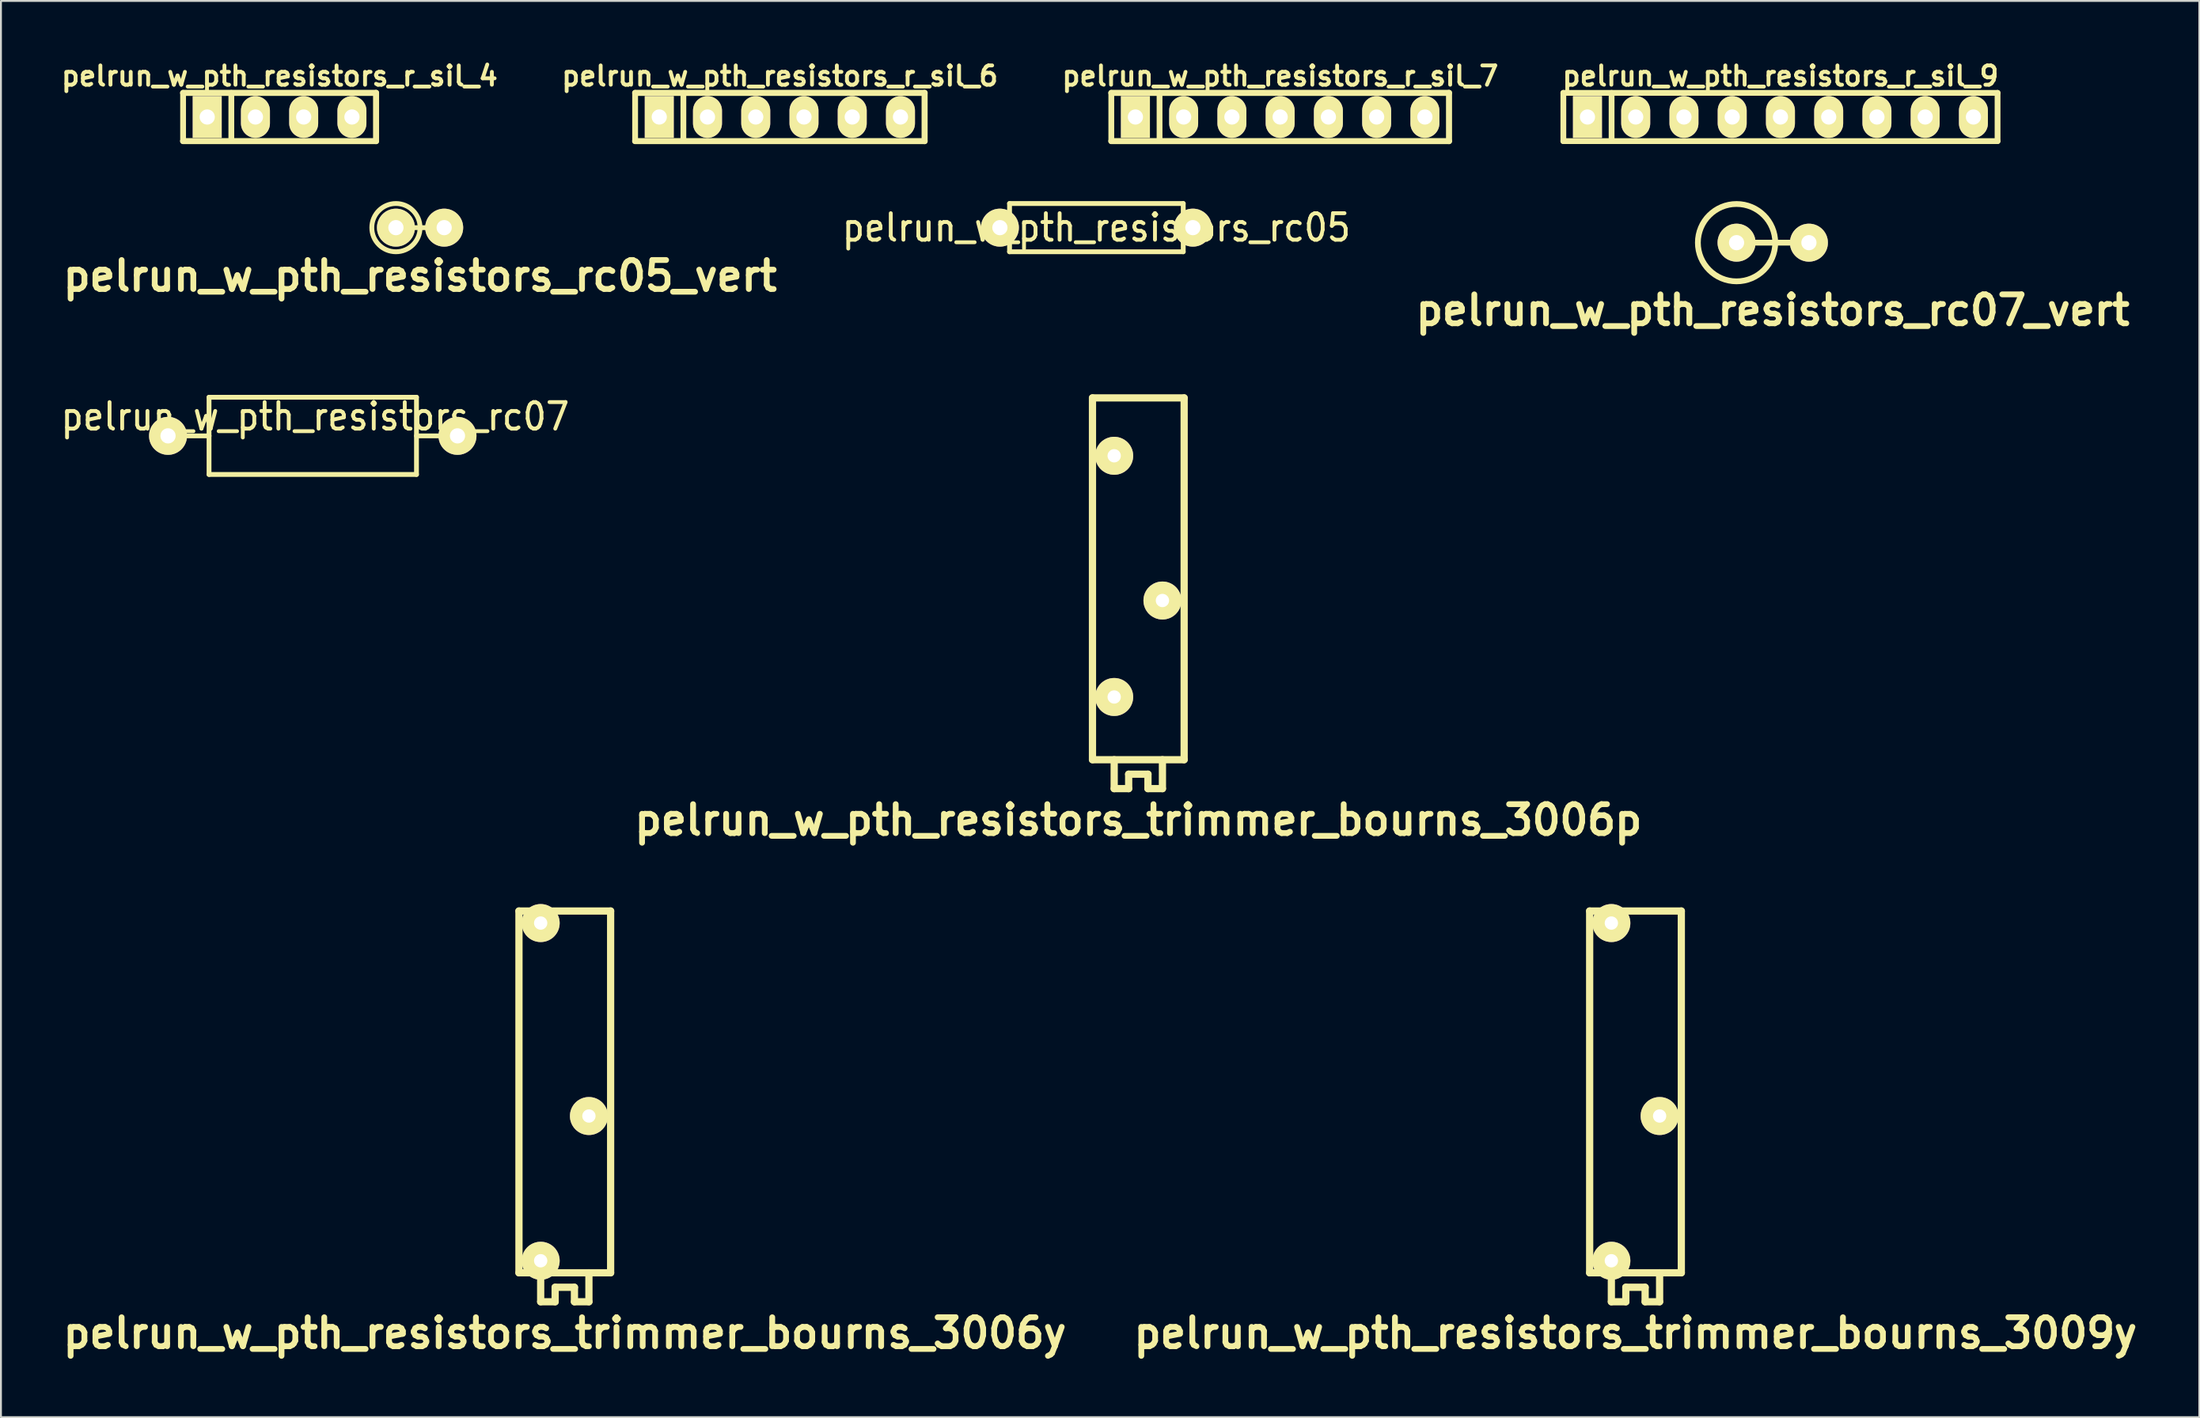
<source format=kicad_pcb>
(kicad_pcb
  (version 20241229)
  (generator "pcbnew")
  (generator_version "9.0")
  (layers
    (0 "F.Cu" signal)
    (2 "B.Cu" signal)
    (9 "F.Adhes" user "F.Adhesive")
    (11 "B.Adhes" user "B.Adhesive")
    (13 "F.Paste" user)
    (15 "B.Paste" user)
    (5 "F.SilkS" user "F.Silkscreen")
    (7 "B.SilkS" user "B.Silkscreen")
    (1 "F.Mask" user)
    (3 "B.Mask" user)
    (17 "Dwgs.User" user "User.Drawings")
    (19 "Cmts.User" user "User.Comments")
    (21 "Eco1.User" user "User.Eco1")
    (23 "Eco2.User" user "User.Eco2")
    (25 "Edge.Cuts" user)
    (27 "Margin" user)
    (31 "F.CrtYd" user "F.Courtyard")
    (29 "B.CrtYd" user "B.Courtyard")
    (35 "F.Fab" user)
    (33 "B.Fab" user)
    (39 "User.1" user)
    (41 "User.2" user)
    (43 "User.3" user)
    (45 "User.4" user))
  (footprint "pelrun_w_pth_resistors_r_sil_6"
    (layer "F.Cu")
    (at 38.008 3.11)
    (property "Reference" "pelrun_w_pth_resistors_r_sil_6" (at 0 -2.159 0) (layer "F.SilkS") (effects (font (size 1.016 1.016) (thickness 0.203))))
    (attr through_hole)
    (fp_line (start -7.62 -1.27) (end 7.62 -1.27) (stroke (width 0.318) (type solid)) (layer "F.SilkS"))
    (fp_line (start -7.62 1.27) (end -7.62 -1.27) (stroke (width 0.305) (type solid)) (layer "F.SilkS"))
    (fp_line (start -5.08 -1.27) (end -5.08 1.27) (stroke (width 0.305) (type solid)) (layer "F.SilkS"))
    (fp_line (start 7.62 -1.27) (end 7.62 1.27) (stroke (width 0.318) (type solid)) (layer "F.SilkS"))
    (fp_line (start 7.62 1.27) (end -7.62 1.27) (stroke (width 0.318) (type solid)) (layer "F.SilkS"))
    (pad "1" thru_hole rect (at -6.35 0) (size 1.524 2.197) (drill 0.8) (layers "*.Cu" "*.Mask" "F.SilkS"))
    (pad "2" thru_hole oval (at -3.81 0) (size 1.524 2.197) (drill 0.8) (layers "*.Cu" "*.Mask" "F.SilkS"))
    (pad "3" thru_hole oval (at -1.27 0) (size 1.524 2.197) (drill 0.8) (layers "*.Cu" "*.Mask" "F.SilkS"))
    (pad "4" thru_hole oval (at 1.27 0) (size 1.524 2.197) (drill 0.8) (layers "*.Cu" "*.Mask" "F.SilkS"))
    (pad "5" thru_hole oval (at 3.81 0) (size 1.524 2.197) (drill 0.8) (layers "*.Cu" "*.Mask" "F.SilkS"))
    (pad "6" thru_hole oval (at 6.35 0) (size 1.524 2.197) (drill 0.8) (layers "*.Cu" "*.Mask" "F.SilkS")))
  (footprint "pelrun_w_pth_resistors_r_sil_9"
    (layer "F.Cu")
    (at 90.686 3.11)
    (property "Reference" "pelrun_w_pth_resistors_r_sil_9" (at 0 -2.159 0) (layer "F.SilkS") (effects (font (size 1.016 1.016) (thickness 0.203))))
    (attr through_hole)
    (fp_line (start -11.43 -1.27) (end 11.43 -1.27) (stroke (width 0.305) (type solid)) (layer "F.SilkS"))
    (fp_line (start -11.43 1.27) (end -11.43 -1.27) (stroke (width 0.305) (type solid)) (layer "F.SilkS"))
    (fp_line (start -8.89 -1.27) (end -8.89 1.27) (stroke (width 0.305) (type solid)) (layer "F.SilkS"))
    (fp_line (start 11.43 -1.27) (end 11.43 1.27) (stroke (width 0.305) (type solid)) (layer "F.SilkS"))
    (fp_line (start 11.43 1.27) (end -11.43 1.27) (stroke (width 0.305) (type solid)) (layer "F.SilkS"))
    (pad "1" thru_hole rect (at -10.16 0) (size 1.524 2.2) (drill 0.8) (layers "*.Cu" "*.Mask" "F.SilkS"))
    (pad "2" thru_hole oval (at -7.62 0) (size 1.524 2.2) (drill 0.8) (layers "*.Cu" "*.Mask" "F.SilkS"))
    (pad "3" thru_hole oval (at -5.08 0) (size 1.524 2.2) (drill 0.8) (layers "*.Cu" "*.Mask" "F.SilkS"))
    (pad "4" thru_hole oval (at -2.54 0) (size 1.524 2.2) (drill 0.8) (layers "*.Cu" "*.Mask" "F.SilkS"))
    (pad "5" thru_hole oval (at 0 0) (size 1.524 2.2) (drill 0.8) (layers "*.Cu" "*.Mask" "F.SilkS"))
    (pad "6" thru_hole oval (at 2.54 0) (size 1.524 2.2) (drill 0.8) (layers "*.Cu" "*.Mask" "F.SilkS"))
    (pad "7" thru_hole oval (at 5.08 0) (size 1.524 2.2) (drill 0.8) (layers "*.Cu" "*.Mask" "F.SilkS"))
    (pad "8" thru_hole oval (at 7.62 0) (size 1.524 2.2) (drill 0.8) (layers "*.Cu" "*.Mask" "F.SilkS"))
    (pad "9" thru_hole oval (at 10.16 0) (size 1.524 2.2) (drill 0.8) (layers "*.Cu" "*.Mask" "F.SilkS")))
  (footprint "pelrun_w_pth_resistors_rc05_vert"
    (layer "F.Cu")
    (at 19.065 8.936)
    (property "Reference" "pelrun_w_pth_resistors_rc05_vert" (at 0 2.54 0) (layer "F.SilkS") (effects (font (size 1.524 1.524) (thickness 0.305))))
    (attr through_hole)
    (fp_line (start -1.27 0) (end 1.27 0) (stroke (width 0.254) (type solid)) (layer "F.SilkS"))
    (fp_circle (center -1.27 0) (end 0 0) (stroke (width 0.254) (type solid)) (fill no) (layer "F.SilkS"))
    (pad "1" thru_hole circle (at -1.27 0) (size 1.999 1.999) (drill 0.8) (layers "*.Cu" "*.Mask" "F.SilkS"))
    (pad "2" thru_hole circle (at 1.27 0) (size 1.999 1.999) (drill 0.8) (layers "*.Cu" "*.Mask" "F.SilkS")))
  (footprint "pelrun_w_pth_resistors_r_sil_7"
    (layer "F.Cu")
    (at 64.347 3.11)
    (property "Reference" "pelrun_w_pth_resistors_r_sil_7" (at 0 -2.159 0) (layer "F.SilkS") (effects (font (size 1.016 1.016) (thickness 0.203))))
    (attr through_hole)
    (fp_line (start -8.89 -1.27) (end 8.89 -1.27) (stroke (width 0.318) (type solid)) (layer "F.SilkS"))
    (fp_line (start -8.89 1.27) (end -8.89 -1.27) (stroke (width 0.305) (type solid)) (layer "F.SilkS"))
    (fp_line (start -6.35 -1.27) (end -6.35 1.27) (stroke (width 0.305) (type solid)) (layer "F.SilkS"))
    (fp_line (start 8.89 -1.27) (end 8.89 1.27) (stroke (width 0.318) (type solid)) (layer "F.SilkS"))
    (fp_line (start 8.89 1.27) (end -8.89 1.27) (stroke (width 0.318) (type solid)) (layer "F.SilkS"))
    (pad "1" thru_hole rect (at -7.62 0) (size 1.524 2.197) (drill 0.8) (layers "*.Cu" "*.Mask" "F.SilkS"))
    (pad "2" thru_hole oval (at -5.08 0) (size 1.524 2.197) (drill 0.8) (layers "*.Cu" "*.Mask" "F.SilkS"))
    (pad "3" thru_hole oval (at -2.54 0) (size 1.524 2.197) (drill 0.8) (layers "*.Cu" "*.Mask" "F.SilkS"))
    (pad "4" thru_hole oval (at 0 0) (size 1.524 2.197) (drill 0.8) (layers "*.Cu" "*.Mask" "F.SilkS"))
    (pad "5" thru_hole oval (at 2.54 0) (size 1.524 2.197) (drill 0.8) (layers "*.Cu" "*.Mask" "F.SilkS"))
    (pad "6" thru_hole oval (at 5.08 0) (size 1.524 2.197) (drill 0.8) (layers "*.Cu" "*.Mask" "F.SilkS"))
    (pad "7" thru_hole oval (at 7.62 0) (size 1.524 2.197) (drill 0.8) (layers "*.Cu" "*.Mask" "F.SilkS")))
  (footprint "pelrun_w_pth_resistors_r_sil_4"
    (layer "F.Cu")
    (at 11.669 3.11)
    (property "Reference" "pelrun_w_pth_resistors_r_sil_4" (at 0 -2.159 0) (layer "F.SilkS") (effects (font (size 1.016 1.016) (thickness 0.203))))
    (attr through_hole)
    (fp_line (start -5.08 -1.27) (end 5.08 -1.27) (stroke (width 0.318) (type solid)) (layer "F.SilkS"))
    (fp_line (start -5.08 1.27) (end -5.08 -1.27) (stroke (width 0.305) (type solid)) (layer "F.SilkS"))
    (fp_line (start -2.54 -1.27) (end -2.54 1.27) (stroke (width 0.305) (type solid)) (layer "F.SilkS"))
    (fp_line (start 5.08 -1.27) (end 5.08 1.27) (stroke (width 0.318) (type solid)) (layer "F.SilkS"))
    (fp_line (start 5.08 1.27) (end -5.08 1.27) (stroke (width 0.318) (type solid)) (layer "F.SilkS"))
    (pad "1" thru_hole rect (at -3.81 0) (size 1.524 2.197) (drill 0.8) (layers "*.Cu" "*.Mask" "F.SilkS"))
    (pad "2" thru_hole oval (at -1.27 0) (size 1.524 2.197) (drill 0.8) (layers "*.Cu" "*.Mask" "F.SilkS"))
    (pad "3" thru_hole oval (at 1.27 0) (size 1.524 2.197) (drill 0.8) (layers "*.Cu" "*.Mask" "F.SilkS"))
    (pad "4" thru_hole oval (at 3.81 0) (size 1.524 2.197) (drill 0.8) (layers "*.Cu" "*.Mask" "F.SilkS")))
  (footprint "pelrun_w_pth_resistors_rc07_vert"
    (layer "F.Cu")
    (at 90.28 9.727)
    (property "Reference" "pelrun_w_pth_resistors_rc07_vert" (at 0 3.556 0) (layer "F.SilkS") (effects (font (size 1.524 1.524) (thickness 0.305))))
    (attr through_hole)
    (fp_line (start 1.905 0) (end -1.905 0) (stroke (width 0.305) (type solid)) (layer "F.SilkS"))
    (fp_circle (center -1.905 0) (end -3.937 0.127) (stroke (width 0.305) (type solid)) (fill no) (layer "F.SilkS"))
    (pad "1" thru_hole circle (at -1.905 0) (size 1.999 1.999) (drill 0.8) (layers "*.Cu" "*.Mask" "F.SilkS"))
    (pad "2" thru_hole circle (at 1.905 0) (size 1.999 1.999) (drill 0.8) (layers "*.Cu" "*.Mask" "F.SilkS")))
  (footprint "pelrun_w_pth_resistors_rc07"
    (layer "F.Cu")
    (at 13.416 19.899)
    (property "Reference" "pelrun_w_pth_resistors_rc07" (at 0.127 -1.016 0) (layer "F.SilkS") (effects (font (size 1.397 1.27) (thickness 0.203))))
    (attr through_hole)
    (fp_line (start -7.62 0) (end -5.461 0) (stroke (width 0.254) (type solid)) (layer "F.SilkS"))
    (fp_line (start -5.461 -2.032) (end 5.461 -2.032) (stroke (width 0.254) (type solid)) (layer "F.SilkS"))
    (fp_line (start -5.461 0) (end -5.461 -2.032) (stroke (width 0.254) (type solid)) (layer "F.SilkS"))
    (fp_line (start -5.461 2.032) (end -5.461 0) (stroke (width 0.254) (type solid)) (layer "F.SilkS"))
    (fp_line (start 5.461 -2.032) (end 5.461 2.032) (stroke (width 0.254) (type solid)) (layer "F.SilkS"))
    (fp_line (start 5.461 0) (end 7.62 0) (stroke (width 0.254) (type solid)) (layer "F.SilkS"))
    (fp_line (start 5.461 2.032) (end -5.461 2.032) (stroke (width 0.254) (type solid)) (layer "F.SilkS"))
    (pad "1" thru_hole circle (at -7.62 0) (size 1.999 1.999) (drill 0.8) (layers "*.Cu" "*.Mask" "F.SilkS"))
    (pad "2" thru_hole circle (at 7.62 0) (size 1.999 1.999) (drill 0.8) (layers "*.Cu" "*.Mask" "F.SilkS")))
  (footprint "pelrun_w_pth_resistors_rc05"
    (layer "F.Cu")
    (at 54.672 8.936)
    (property "Reference" "pelrun_w_pth_resistors_rc05" (at 0 0 0) (layer "F.SilkS") (effects (font (size 1.397 1.27) (thickness 0.203))))
    (attr through_hole)
    (fp_line (start -5.08 0) (end -4.572 0) (stroke (width 0.305) (type solid)) (layer "F.SilkS"))
    (fp_line (start -4.572 -1.27) (end 4.572 -1.27) (stroke (width 0.254) (type solid)) (layer "F.SilkS"))
    (fp_line (start -4.572 1.27) (end -4.572 -1.27) (stroke (width 0.254) (type solid)) (layer "F.SilkS"))
    (fp_line (start 4.572 -1.27) (end 4.572 1.27) (stroke (width 0.254) (type solid)) (layer "F.SilkS"))
    (fp_line (start 4.572 1.27) (end -4.572 1.27) (stroke (width 0.254) (type solid)) (layer "F.SilkS"))
    (fp_line (start 5.08 0) (end 4.572 0) (stroke (width 0.305) (type solid)) (layer "F.SilkS"))
    (pad "1" thru_hole circle (at -5.08 0) (size 1.999 1.999) (drill 0.8) (layers "*.Cu" "*.Mask" "F.SilkS"))
    (pad "2" thru_hole circle (at 5.08 0) (size 1.999 1.999) (drill 0.8) (layers "*.Cu" "*.Mask" "F.SilkS")))
  (footprint "pelrun_w_pth_resistors_trimmer_bourns_3009y"
    (layer "F.Cu")
    (at 83.054 54.441)
    (property "Reference" "pelrun_w_pth_resistors_trimmer_bourns_3009y" (at 0 12.7 0) (layer "F.SilkS") (effects (font (size 1.524 1.524) (thickness 0.305))))
    (attr through_hole)
    (fp_line (start -2.413 9.525) (end -2.413 -9.525) (stroke (width 0.381) (type solid)) (layer "F.SilkS"))
    (fp_line (start -1.27 9.525) (end -1.27 11.049) (stroke (width 0.381) (type solid)) (layer "F.SilkS"))
    (fp_line (start -0.508 10.287) (end 0.508 10.287) (stroke (width 0.381) (type solid)) (layer "F.SilkS"))
    (fp_line (start -0.508 11.049) (end -1.27 11.049) (stroke (width 0.381) (type solid)) (layer "F.SilkS"))
    (fp_line (start -0.508 11.049) (end -0.508 10.287) (stroke (width 0.381) (type solid)) (layer "F.SilkS"))
    (fp_line (start 0.508 10.287) (end 0.508 11.049) (stroke (width 0.381) (type solid)) (layer "F.SilkS"))
    (fp_line (start 0.508 11.049) (end 1.27 11.049) (stroke (width 0.381) (type solid)) (layer "F.SilkS"))
    (fp_line (start 1.27 11.049) (end 1.27 9.525) (stroke (width 0.381) (type solid)) (layer "F.SilkS"))
    (fp_line (start 2.413 -9.525) (end -2.413 -9.525) (stroke (width 0.381) (type solid)) (layer "F.SilkS"))
    (fp_line (start 2.413 -9.525) (end 2.413 9.525) (stroke (width 0.381) (type solid)) (layer "F.SilkS"))
    (fp_line (start 2.413 9.525) (end -2.413 9.525) (stroke (width 0.381) (type solid)) (layer "F.SilkS"))
    (pad "1" thru_hole oval (at -1.27 -8.89) (size 1.999 1.999) (drill 0.701) (layers "*.Cu" "*.Mask" "F.SilkS"))
    (pad "2" thru_hole oval (at 1.27 1.27) (size 1.999 1.999) (drill 0.701) (layers "*.Cu" "*.Mask" "F.SilkS"))
    (pad "3" thru_hole oval (at -1.27 8.89) (size 1.999 1.999) (drill 0.701) (layers "*.Cu" "*.Mask" "F.SilkS")))
  (footprint "pelrun_w_pth_resistors_trimmer_bourns_3006y"
    (layer "F.Cu")
    (at 26.685 54.441)
    (property "Reference" "pelrun_w_pth_resistors_trimmer_bourns_3006y" (at 0 12.7 0) (layer "F.SilkS") (effects (font (size 1.524 1.524) (thickness 0.305))))
    (attr through_hole)
    (fp_line (start -2.413 9.525) (end -2.413 -9.525) (stroke (width 0.381) (type solid)) (layer "F.SilkS"))
    (fp_line (start -1.27 9.525) (end -1.27 11.049) (stroke (width 0.381) (type solid)) (layer "F.SilkS"))
    (fp_line (start -0.508 10.287) (end 0.508 10.287) (stroke (width 0.381) (type solid)) (layer "F.SilkS"))
    (fp_line (start -0.508 11.049) (end -1.27 11.049) (stroke (width 0.381) (type solid)) (layer "F.SilkS"))
    (fp_line (start -0.508 11.049) (end -0.508 10.287) (stroke (width 0.381) (type solid)) (layer "F.SilkS"))
    (fp_line (start 0.508 10.287) (end 0.508 11.049) (stroke (width 0.381) (type solid)) (layer "F.SilkS"))
    (fp_line (start 0.508 11.049) (end 1.27 11.049) (stroke (width 0.381) (type solid)) (layer "F.SilkS"))
    (fp_line (start 1.27 11.049) (end 1.27 9.525) (stroke (width 0.381) (type solid)) (layer "F.SilkS"))
    (fp_line (start 2.413 -9.525) (end -2.413 -9.525) (stroke (width 0.381) (type solid)) (layer "F.SilkS"))
    (fp_line (start 2.413 -9.525) (end 2.413 9.525) (stroke (width 0.381) (type solid)) (layer "F.SilkS"))
    (fp_line (start 2.413 9.525) (end -2.413 9.525) (stroke (width 0.381) (type solid)) (layer "F.SilkS"))
    (pad "1" thru_hole oval (at -1.27 -8.89) (size 1.999 1.999) (drill 0.701) (layers "*.Cu" "*.Mask" "F.SilkS"))
    (pad "2" thru_hole oval (at 1.27 1.27) (size 1.999 1.999) (drill 0.701) (layers "*.Cu" "*.Mask" "F.SilkS"))
    (pad "3" thru_hole oval (at -1.27 8.89) (size 1.999 1.999) (drill 0.701) (layers "*.Cu" "*.Mask" "F.SilkS")))
  (footprint "pelrun_w_pth_resistors_trimmer_bourns_3006p"
    (layer "F.Cu")
    (at 56.879 27.425)
    (property "Reference" "pelrun_w_pth_resistors_trimmer_bourns_3006p" (at 0 12.7 0) (layer "F.SilkS") (effects (font (size 1.524 1.524) (thickness 0.305))))
    (attr through_hole)
    (fp_line (start -2.413 9.525) (end -2.413 -9.525) (stroke (width 0.381) (type solid)) (layer "F.SilkS"))
    (fp_line (start -1.27 9.525) (end -1.27 11.049) (stroke (width 0.381) (type solid)) (layer "F.SilkS"))
    (fp_line (start -0.508 10.287) (end 0.508 10.287) (stroke (width 0.381) (type solid)) (layer "F.SilkS"))
    (fp_line (start -0.508 11.049) (end -1.27 11.049) (stroke (width 0.381) (type solid)) (layer "F.SilkS"))
    (fp_line (start -0.508 11.049) (end -0.508 10.287) (stroke (width 0.381) (type solid)) (layer "F.SilkS"))
    (fp_line (start 0.508 10.287) (end 0.508 11.049) (stroke (width 0.381) (type solid)) (layer "F.SilkS"))
    (fp_line (start 0.508 11.049) (end 1.27 11.049) (stroke (width 0.381) (type solid)) (layer "F.SilkS"))
    (fp_line (start 1.27 11.049) (end 1.27 9.525) (stroke (width 0.381) (type solid)) (layer "F.SilkS"))
    (fp_line (start 2.413 -9.525) (end -2.413 -9.525) (stroke (width 0.381) (type solid)) (layer "F.SilkS"))
    (fp_line (start 2.413 -9.525) (end 2.413 9.525) (stroke (width 0.381) (type solid)) (layer "F.SilkS"))
    (fp_line (start 2.413 9.525) (end -2.413 9.525) (stroke (width 0.381) (type solid)) (layer "F.SilkS"))
    (pad "1" thru_hole oval (at -1.27 -6.477) (size 1.999 1.999) (drill 0.701) (layers "*.Cu" "*.Mask" "F.SilkS"))
    (pad "2" thru_hole oval (at 1.27 1.143) (size 1.999 1.999) (drill 0.701) (layers "*.Cu" "*.Mask" "F.SilkS"))
    (pad "3" thru_hole oval (at -1.27 6.223) (size 1.999 1.999) (drill 0.701) (layers "*.Cu" "*.Mask" "F.SilkS")))
  (gr_rect
    (start -3 -3)
    (end 112.738 71.567)
    (stroke (width 0.1) (type default))
    (fill no)
    (layer "Edge.Cuts")))
</source>
